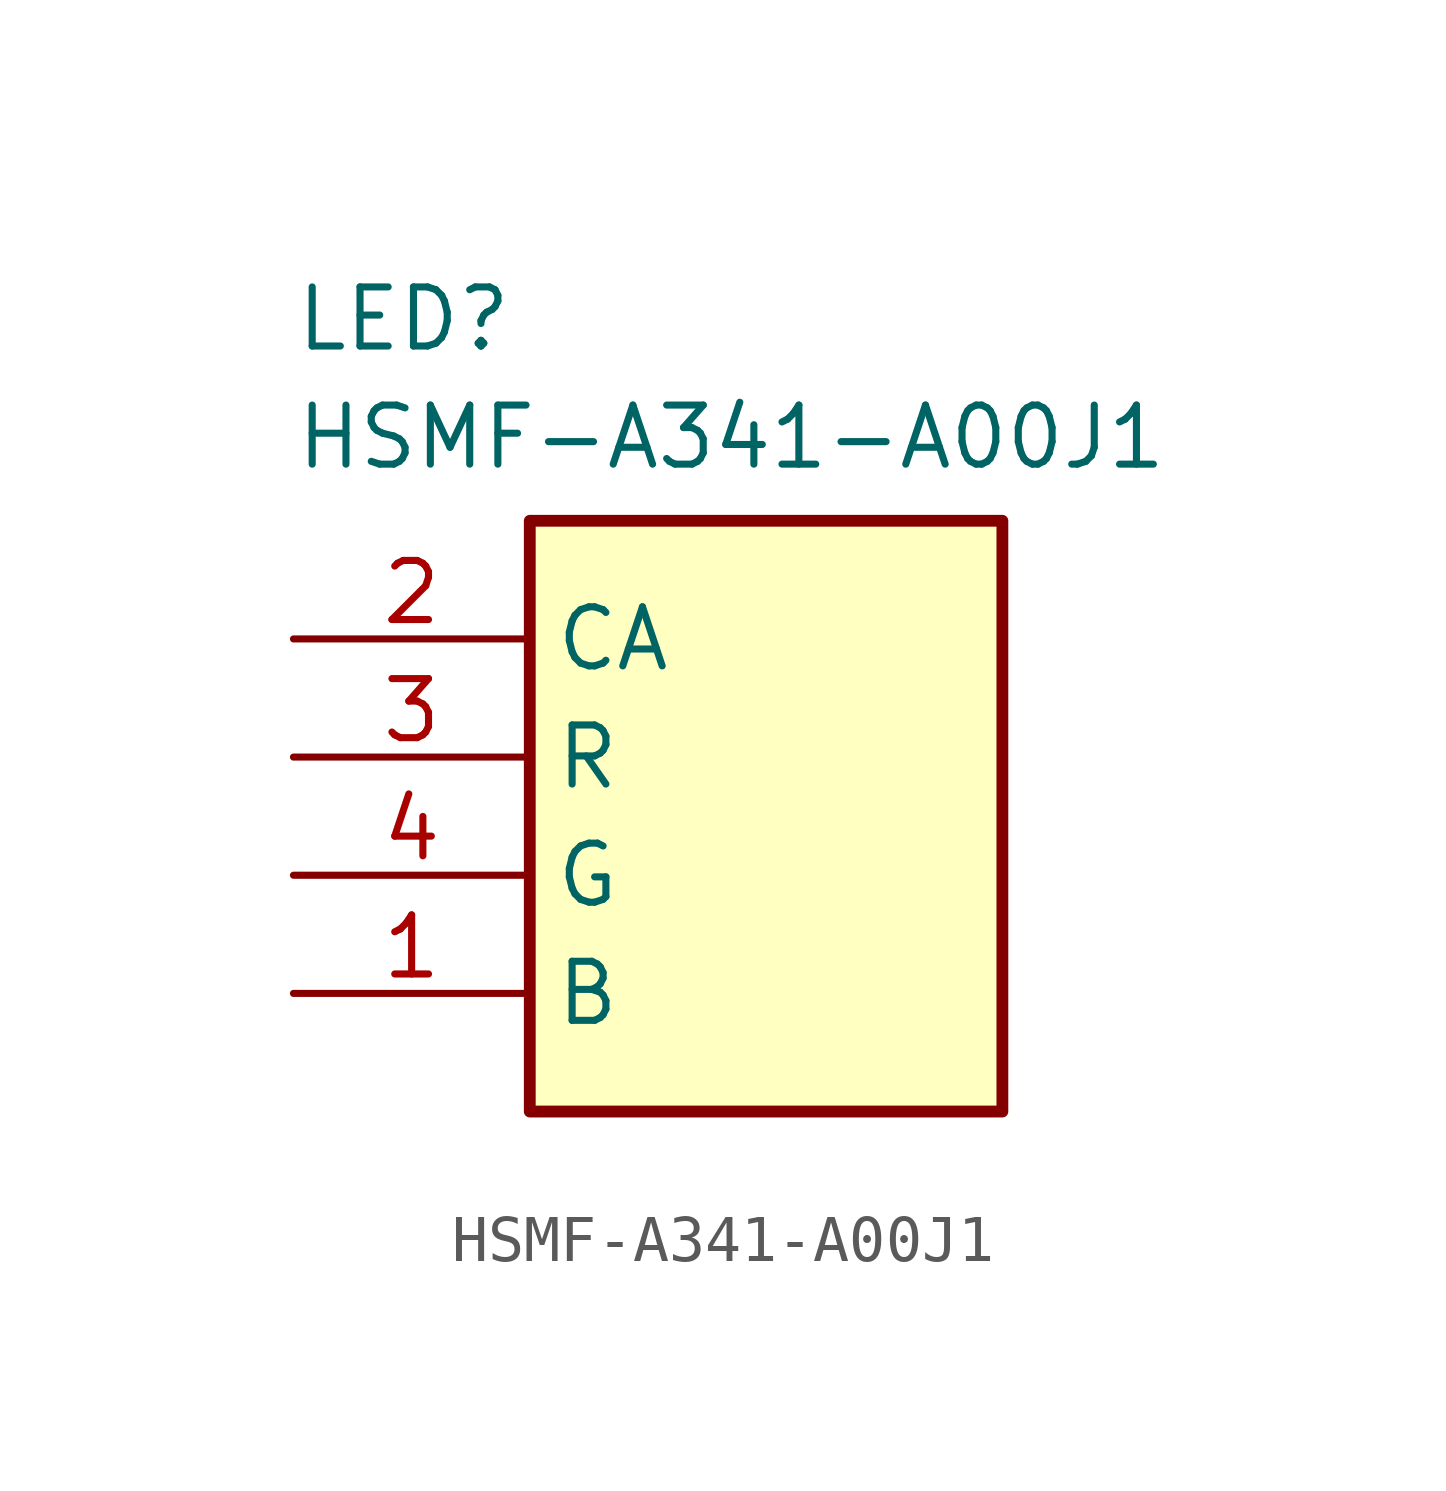
<source format=kicad_sym>
(kicad_symbol_lib
  (version 20220914)
  (generator kicad_symbol_editor)
  (symbol "HSMF-A341-A00J1"
    (property "Reference" "LED"
      (at 0 7.62 0)
      (effects (font (size 1.27 1.27)) (justify left top)))
    (property "Value" "HSMF-A341-A00J1"
      (at 0 5.08 0)
      (effects (font (size 1.27 1.27)) (justify left top)))
    (symbol "HSMF-A341-A00J1_1_1"
      (rectangle (start 5.08 2.54) (end 15.24 -10.16) (stroke (width 0.254) (type default)) (fill (type background)))
      (pin passive line (at 0 -7.62 0) (length 5.08) (name "B" (effects (font (size 1.27 1.27)))) (number "1" (effects (font (size 1.27 1.27)))))
      (pin passive line (at 0 0 0) (length 5.08) (name "CA" (effects (font (size 1.27 1.27)))) (number "2" (effects (font (size 1.27 1.27)))))
      (pin passive line (at 0 -2.54 0) (length 5.08) (name "R" (effects (font (size 1.27 1.27)))) (number "3" (effects (font (size 1.27 1.27)))))
      (pin passive line (at 0 -5.08 0) (length 5.08) (name "G" (effects (font (size 1.27 1.27)))) (number "4" (effects (font (size 1.27 1.27))))))))
</source>
